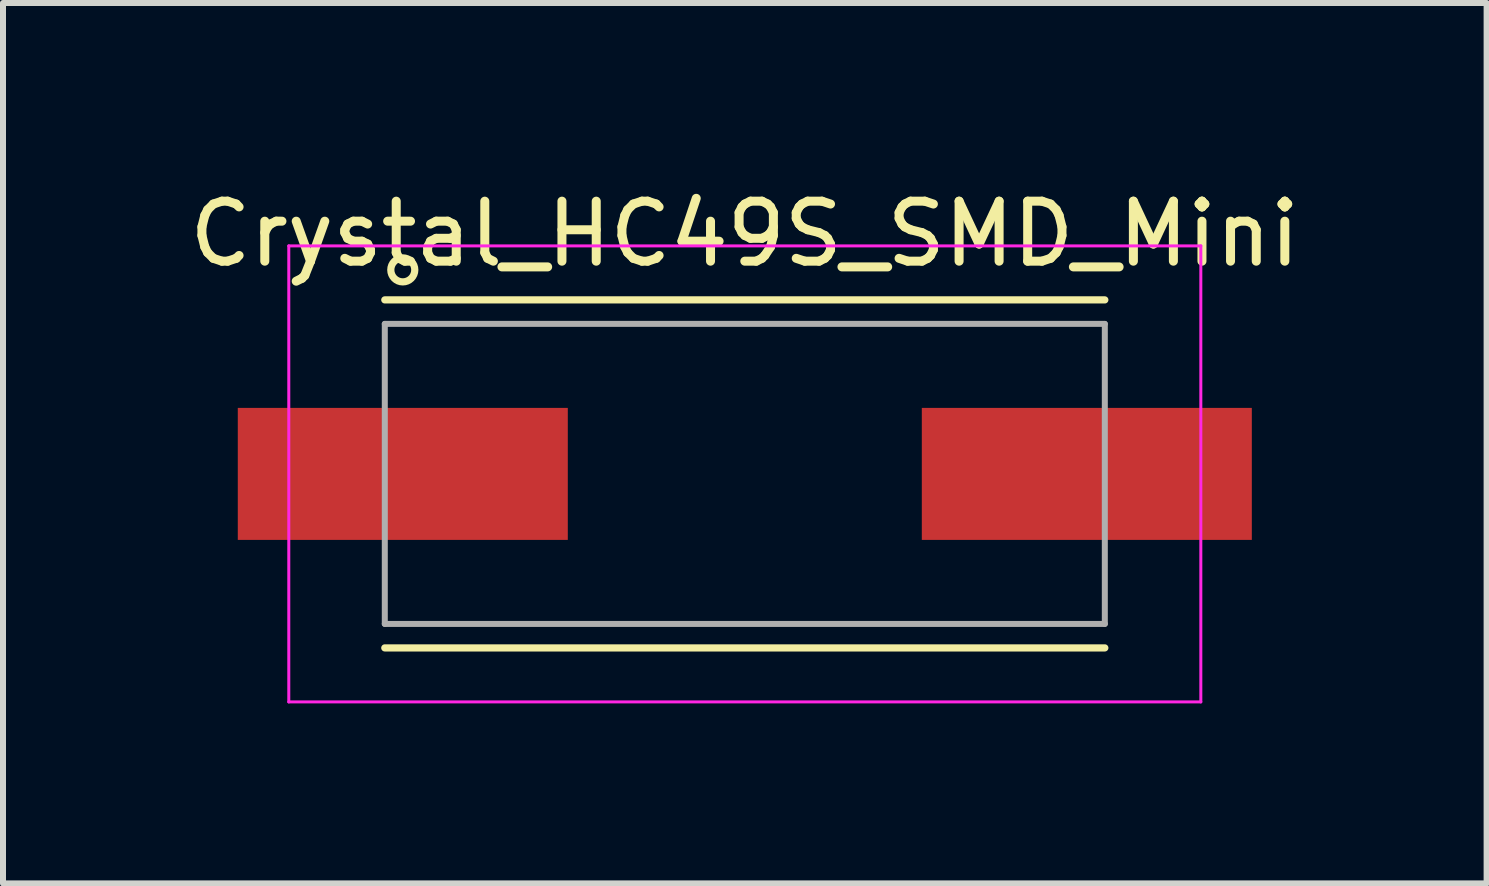
<source format=kicad_pcb>
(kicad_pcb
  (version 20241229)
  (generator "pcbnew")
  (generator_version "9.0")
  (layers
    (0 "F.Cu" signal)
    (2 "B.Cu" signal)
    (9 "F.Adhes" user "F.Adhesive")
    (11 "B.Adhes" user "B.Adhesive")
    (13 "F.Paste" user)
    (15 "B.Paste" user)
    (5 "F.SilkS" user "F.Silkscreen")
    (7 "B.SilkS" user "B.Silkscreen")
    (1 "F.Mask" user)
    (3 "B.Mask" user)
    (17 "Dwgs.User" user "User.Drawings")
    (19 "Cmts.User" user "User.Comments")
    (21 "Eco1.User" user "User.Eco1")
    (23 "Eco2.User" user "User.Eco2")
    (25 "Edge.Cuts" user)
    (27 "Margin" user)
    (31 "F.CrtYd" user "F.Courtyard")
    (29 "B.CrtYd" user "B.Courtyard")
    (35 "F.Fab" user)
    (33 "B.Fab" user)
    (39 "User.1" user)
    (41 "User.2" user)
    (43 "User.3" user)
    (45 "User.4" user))
  (footprint "Crystal_HC49S_SMD_Mini"
    (layer "F.Cu")
    (at 9.363 4.848)
    (property "Reference" "Crystal_HC49S_SMD_Mini" (at 0 -4 0) (layer "F.SilkS") (effects (font (size 1 1) (thickness 0.15))))
    (attr smd)
    (fp_line (start -6 -2.9) (end 6 -2.9) (stroke (width 0.12) (type solid)) (layer "F.SilkS"))
    (fp_line (start -6 2.9) (end 6 2.9) (stroke (width 0.12) (type solid)) (layer "F.SilkS"))
    (fp_circle (center -5.7 -3.4) (end -5.7 -3.2) (stroke (width 0.12) (type solid)) (fill no) (layer "F.SilkS"))
    (fp_line (start -7.6 -3.8) (end 7.6 -3.8) (stroke (width 0.05) (type solid)) (layer "F.CrtYd"))
    (fp_line (start -7.6 3.8) (end -7.6 -3.8) (stroke (width 0.05) (type solid)) (layer "F.CrtYd"))
    (fp_line (start 7.6 -3.8) (end 7.6 3.8) (stroke (width 0.05) (type solid)) (layer "F.CrtYd"))
    (fp_line (start 7.6 3.8) (end -7.6 3.8) (stroke (width 0.05) (type solid)) (layer "F.CrtYd"))
    (fp_line (start -6 -2.5) (end 6 -2.5) (stroke (width 0.1) (type solid)) (layer "F.Fab"))
    (fp_line (start -6 2.5) (end -6 -2.5) (stroke (width 0.1) (type solid)) (layer "F.Fab"))
    (fp_line (start 6 -2.5) (end 6 2.5) (stroke (width 0.1) (type solid)) (layer "F.Fab"))
    (fp_line (start 6 2.5) (end -6 2.5) (stroke (width 0.1) (type solid)) (layer "F.Fab"))
    (pad "1" smd rect (at -5.7 0) (size 5.5 2.2) (layers "F.Cu" "F.Mask" "F.Paste"))
    (pad "2" smd rect (at 5.7 0) (size 5.5 2.2) (layers "F.Cu" "F.Mask" "F.Paste")))
  (gr_rect
    (start -3 -3)
    (end 21.726 11.673)
    (stroke (width 0.1) (type default))
    (fill no)
    (layer "Edge.Cuts")))
</source>
